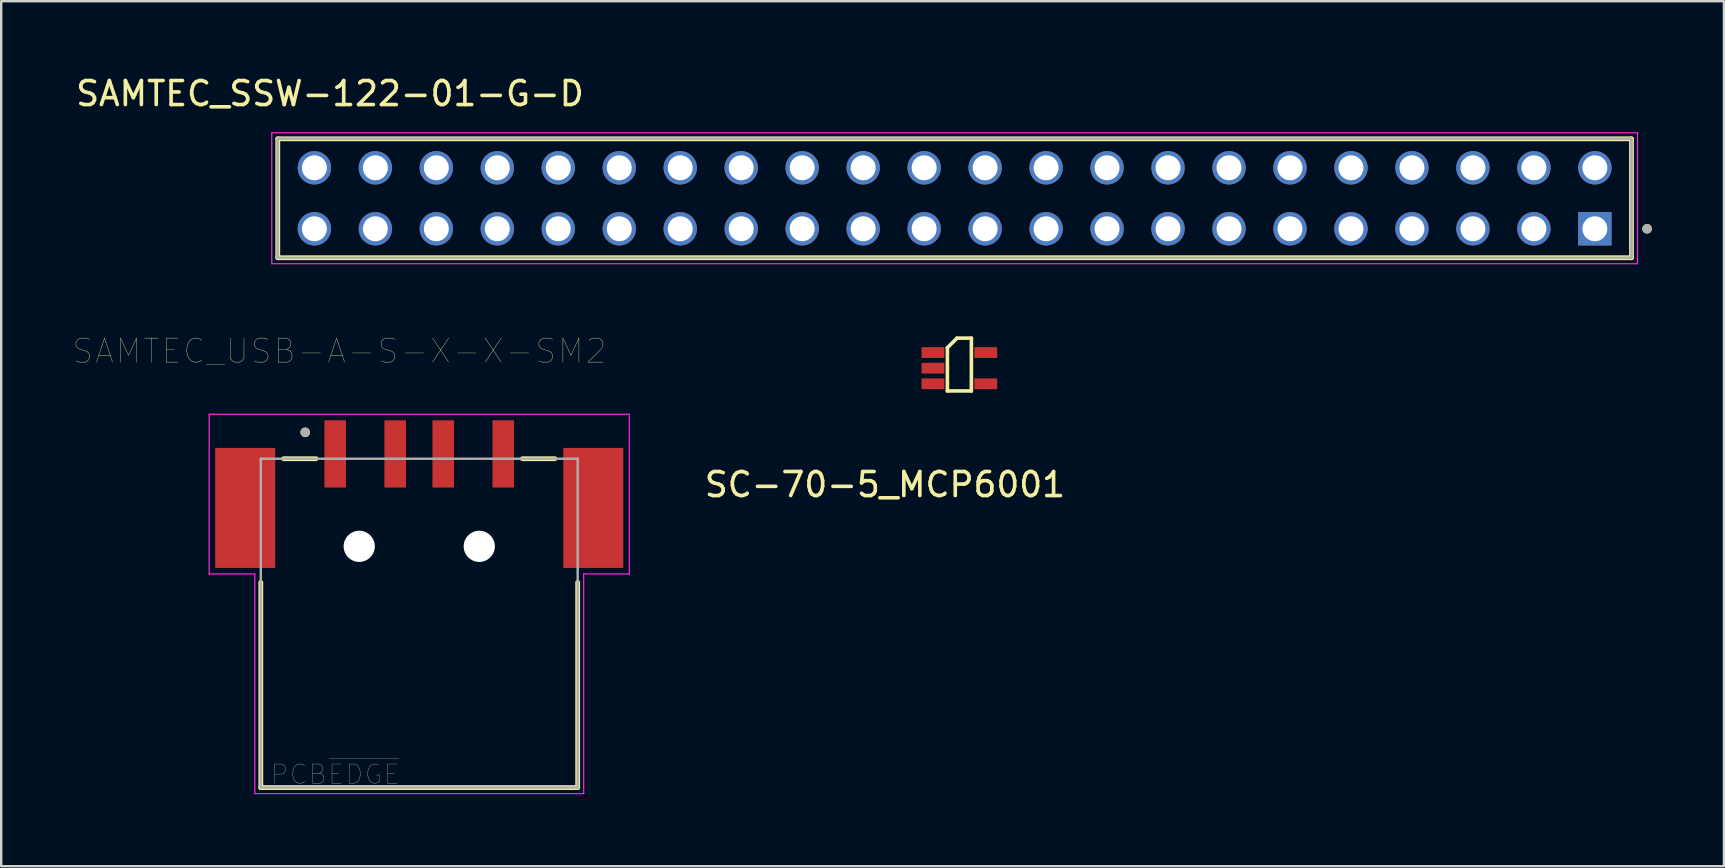
<source format=kicad_pcb>
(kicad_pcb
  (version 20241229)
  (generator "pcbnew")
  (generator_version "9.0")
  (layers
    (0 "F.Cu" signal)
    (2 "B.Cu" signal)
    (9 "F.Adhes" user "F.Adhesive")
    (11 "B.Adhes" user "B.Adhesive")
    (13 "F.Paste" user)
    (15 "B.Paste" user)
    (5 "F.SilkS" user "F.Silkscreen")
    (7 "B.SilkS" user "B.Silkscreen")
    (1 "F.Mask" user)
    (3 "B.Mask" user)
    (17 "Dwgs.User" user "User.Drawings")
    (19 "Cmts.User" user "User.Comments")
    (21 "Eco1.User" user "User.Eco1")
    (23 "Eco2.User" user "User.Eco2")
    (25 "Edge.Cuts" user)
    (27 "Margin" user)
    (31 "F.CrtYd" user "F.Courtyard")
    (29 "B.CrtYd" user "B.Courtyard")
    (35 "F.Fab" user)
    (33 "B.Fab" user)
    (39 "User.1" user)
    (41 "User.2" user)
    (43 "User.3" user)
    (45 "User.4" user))
  (footprint "SAMTEC_USB-A-S-X-X-SM2"
    (layer "F.Cu")
    (at 14.414 19.708)
    (property "Reference" "SAMTEC_USB-A-S-X-X-SM2" (at -3.325 -8.135 0) (layer "F.SilkS") (effects (font (size 1 1) (thickness 0.015))))
    (attr smd)
    (fp_line (start -6.6 10.05) (end -6.6 1.5) (stroke (width 0.2) (type solid)) (layer "F.SilkS"))
    (fp_line (start -5.65 -3.65) (end -4.3 -3.65) (stroke (width 0.2) (type solid)) (layer "F.SilkS"))
    (fp_line (start 4.3 -3.65) (end 5.65 -3.65) (stroke (width 0.2) (type solid)) (layer "F.SilkS"))
    (fp_line (start 6.6 1.5) (end 6.6 10.05) (stroke (width 0.2) (type solid)) (layer "F.SilkS"))
    (fp_line (start 6.6 10.05) (end -6.6 10.05) (stroke (width 0.2) (type solid)) (layer "F.SilkS"))
    (fp_circle (center -4.75 -4.75) (end -4.65 -4.75) (stroke (width 0.2) (type solid)) (fill no) (layer "F.SilkS"))
    (fp_line (start -8.75 -5.5) (end 8.75 -5.5) (stroke (width 0.05) (type solid)) (layer "F.CrtYd"))
    (fp_line (start -8.75 1.15) (end -8.75 -5.5) (stroke (width 0.05) (type solid)) (layer "F.CrtYd"))
    (fp_line (start -6.85 1.15) (end -8.75 1.15) (stroke (width 0.05) (type solid)) (layer "F.CrtYd"))
    (fp_line (start -6.85 10.3) (end -6.85 1.15) (stroke (width 0.05) (type solid)) (layer "F.CrtYd"))
    (fp_line (start 6.85 1.15) (end 6.85 10.3) (stroke (width 0.05) (type solid)) (layer "F.CrtYd"))
    (fp_line (start 6.85 10.3) (end -6.85 10.3) (stroke (width 0.05) (type solid)) (layer "F.CrtYd"))
    (fp_line (start 8.75 -5.5) (end 8.75 1.15) (stroke (width 0.05) (type solid)) (layer "F.CrtYd"))
    (fp_line (start 8.75 1.15) (end 6.85 1.15) (stroke (width 0.05) (type solid)) (layer "F.CrtYd"))
    (fp_line (start -6.6 -3.65) (end 6.6 -3.65) (stroke (width 0.1) (type solid)) (layer "F.Fab"))
    (fp_line (start -6.6 10.05) (end -6.6 -3.65) (stroke (width 0.1) (type solid)) (layer "F.Fab"))
    (fp_line (start 6.6 -3.65) (end 6.6 10.05) (stroke (width 0.1) (type solid)) (layer "F.Fab"))
    (fp_line (start 6.6 10.05) (end -6.6 10.05) (stroke (width 0.1) (type solid)) (layer "F.Fab"))
    (fp_circle (center -4.75 -4.75) (end -4.65 -4.75) (stroke (width 0.2) (type solid)) (fill no) (layer "F.Fab"))
    (fp_text user "PCB~{EDGE}" (at -3.5 9.5 0) (layer "F.Fab") (effects (font (size 0.8 0.8) (thickness 0.015))))
    (pad "" np_thru_hole circle (at -2.5 0) (size 1.3 1.3) (drill 1.3) (layers "*.Cu" "*.Mask"))
    (pad "" np_thru_hole circle (at 2.5 0) (size 1.3 1.3) (drill 1.3) (layers "*.Cu" "*.Mask"))
    (pad "01" smd rect (at -3.5 -3.85) (size 0.9 2.8) (layers "F.Cu" "F.Mask" "F.Paste"))
    (pad "02" smd rect (at -1 -3.85) (size 0.9 2.8) (layers "F.Cu" "F.Mask" "F.Paste"))
    (pad "03" smd rect (at 1 -3.85) (size 0.9 2.8) (layers "F.Cu" "F.Mask" "F.Paste"))
    (pad "04" smd rect (at 3.5 -3.85) (size 0.9 2.8) (layers "F.Cu" "F.Mask" "F.Paste"))
    (pad "S1" smd rect (at -7.25 -1.6) (size 2.5 5) (layers "F.Cu" "F.Mask" "F.Paste"))
    (pad "S2" smd rect (at 7.25 -1.6) (size 2.5 5) (layers "F.Cu" "F.Mask" "F.Paste")))
  (footprint "SAMTEC_SSW-122-01-G-D"
    (layer "F.Cu")
    (at 63.386 6.48)
    (property "Reference" "SAMTEC_SSW-122-01-G-D" (at -52.69 -5.631 0) (layer "F.SilkS") (effects (font (size 1 1) (thickness 0.15))))
    (attr through_hole)
    (fp_line (start -54.865 1.206) (end -54.865 -3.747) (stroke (width 0.2) (type solid)) (layer "F.SilkS"))
    (fp_line (start 1.525 -3.747) (end -54.865 -3.747) (stroke (width 0.2) (type solid)) (layer "F.SilkS"))
    (fp_line (start 1.525 -3.747) (end 1.525 1.206) (stroke (width 0.2) (type solid)) (layer "F.SilkS"))
    (fp_line (start 1.525 1.206) (end -54.865 1.206) (stroke (width 0.2) (type solid)) (layer "F.SilkS"))
    (fp_circle (center 2.175 0) (end 2.275 0) (stroke (width 0.2) (type solid)) (fill no) (layer "F.SilkS"))
    (fp_line (start -55.115 -3.997) (end 1.775 -3.997) (stroke (width 0.05) (type solid)) (layer "F.CrtYd"))
    (fp_line (start -55.115 1.456) (end -55.115 -3.997) (stroke (width 0.05) (type solid)) (layer "F.CrtYd"))
    (fp_line (start 1.775 -3.997) (end 1.775 1.456) (stroke (width 0.05) (type solid)) (layer "F.CrtYd"))
    (fp_line (start 1.775 1.456) (end -55.115 1.456) (stroke (width 0.05) (type solid)) (layer "F.CrtYd"))
    (fp_line (start -54.865 -3.747) (end 1.525 -3.747) (stroke (width 0.1) (type solid)) (layer "F.Fab"))
    (fp_line (start -54.865 -3.747) (end 1.525 -3.747) (stroke (width 0.1) (type solid)) (layer "F.Fab"))
    (fp_line (start -54.865 1.206) (end -54.865 -3.747) (stroke (width 0.1) (type solid)) (layer "F.Fab"))
    (fp_line (start -54.865 1.206) (end -54.865 -3.747) (stroke (width 0.1) (type solid)) (layer "F.Fab"))
    (fp_line (start 1.525 -3.747) (end 1.525 1.206) (stroke (width 0.1) (type solid)) (layer "F.Fab"))
    (fp_line (start 1.525 -3.747) (end 1.525 1.206) (stroke (width 0.1) (type solid)) (layer "F.Fab"))
    (fp_line (start 1.525 1.206) (end -54.865 1.206) (stroke (width 0.1) (type solid)) (layer "F.Fab"))
    (fp_circle (center 2.175 0) (end 2.275 0) (stroke (width 0.2) (type solid)) (fill no) (layer "F.Fab"))
    (pad "01" thru_hole rect (at 0 0) (size 1.39 1.39) (drill 1.04) (layers "*.Cu" "*.Mask"))
    (pad "02" thru_hole circle (at 0 -2.54) (size 1.39 1.39) (drill 1.04) (layers "*.Cu" "*.Mask"))
    (pad "03" thru_hole circle (at -2.54 0) (size 1.39 1.39) (drill 1.04) (layers "*.Cu" "*.Mask"))
    (pad "04" thru_hole circle (at -2.54 -2.54) (size 1.39 1.39) (drill 1.04) (layers "*.Cu" "*.Mask"))
    (pad "05" thru_hole circle (at -5.08 0) (size 1.39 1.39) (drill 1.04) (layers "*.Cu" "*.Mask"))
    (pad "06" thru_hole circle (at -5.08 -2.54) (size 1.39 1.39) (drill 1.04) (layers "*.Cu" "*.Mask"))
    (pad "07" thru_hole circle (at -7.62 0) (size 1.39 1.39) (drill 1.04) (layers "*.Cu" "*.Mask"))
    (pad "08" thru_hole circle (at -7.62 -2.54) (size 1.39 1.39) (drill 1.04) (layers "*.Cu" "*.Mask"))
    (pad "09" thru_hole circle (at -10.16 0) (size 1.39 1.39) (drill 1.04) (layers "*.Cu" "*.Mask"))
    (pad "10" thru_hole circle (at -10.16 -2.54) (size 1.39 1.39) (drill 1.04) (layers "*.Cu" "*.Mask"))
    (pad "11" thru_hole circle (at -12.7 0) (size 1.39 1.39) (drill 1.04) (layers "*.Cu" "*.Mask"))
    (pad "12" thru_hole circle (at -12.7 -2.54) (size 1.39 1.39) (drill 1.04) (layers "*.Cu" "*.Mask"))
    (pad "13" thru_hole circle (at -15.24 0) (size 1.39 1.39) (drill 1.04) (layers "*.Cu" "*.Mask"))
    (pad "14" thru_hole circle (at -15.24 -2.54) (size 1.39 1.39) (drill 1.04) (layers "*.Cu" "*.Mask"))
    (pad "15" thru_hole circle (at -17.78 0) (size 1.39 1.39) (drill 1.04) (layers "*.Cu" "*.Mask"))
    (pad "16" thru_hole circle (at -17.78 -2.54) (size 1.39 1.39) (drill 1.04) (layers "*.Cu" "*.Mask"))
    (pad "17" thru_hole circle (at -20.32 0) (size 1.39 1.39) (drill 1.04) (layers "*.Cu" "*.Mask"))
    (pad "18" thru_hole circle (at -20.32 -2.54) (size 1.39 1.39) (drill 1.04) (layers "*.Cu" "*.Mask"))
    (pad "19" thru_hole circle (at -22.86 0) (size 1.39 1.39) (drill 1.04) (layers "*.Cu" "*.Mask"))
    (pad "20" thru_hole circle (at -22.86 -2.54) (size 1.39 1.39) (drill 1.04) (layers "*.Cu" "*.Mask"))
    (pad "21" thru_hole circle (at -25.4 0) (size 1.39 1.39) (drill 1.04) (layers "*.Cu" "*.Mask"))
    (pad "22" thru_hole circle (at -25.4 -2.54) (size 1.39 1.39) (drill 1.04) (layers "*.Cu" "*.Mask"))
    (pad "23" thru_hole circle (at -27.94 0) (size 1.39 1.39) (drill 1.04) (layers "*.Cu" "*.Mask"))
    (pad "24" thru_hole circle (at -27.94 -2.54) (size 1.39 1.39) (drill 1.04) (layers "*.Cu" "*.Mask"))
    (pad "25" thru_hole circle (at -30.48 0) (size 1.39 1.39) (drill 1.04) (layers "*.Cu" "*.Mask"))
    (pad "26" thru_hole circle (at -30.48 -2.54) (size 1.39 1.39) (drill 1.04) (layers "*.Cu" "*.Mask"))
    (pad "27" thru_hole circle (at -33.02 0) (size 1.39 1.39) (drill 1.04) (layers "*.Cu" "*.Mask"))
    (pad "28" thru_hole circle (at -33.02 -2.54) (size 1.39 1.39) (drill 1.04) (layers "*.Cu" "*.Mask"))
    (pad "29" thru_hole circle (at -35.56 0) (size 1.39 1.39) (drill 1.04) (layers "*.Cu" "*.Mask"))
    (pad "30" thru_hole circle (at -35.56 -2.54) (size 1.39 1.39) (drill 1.04) (layers "*.Cu" "*.Mask"))
    (pad "31" thru_hole circle (at -38.1 0) (size 1.39 1.39) (drill 1.04) (layers "*.Cu" "*.Mask"))
    (pad "32" thru_hole circle (at -38.1 -2.54) (size 1.39 1.39) (drill 1.04) (layers "*.Cu" "*.Mask"))
    (pad "33" thru_hole circle (at -40.64 0) (size 1.39 1.39) (drill 1.04) (layers "*.Cu" "*.Mask"))
    (pad "34" thru_hole circle (at -40.64 -2.54) (size 1.39 1.39) (drill 1.04) (layers "*.Cu" "*.Mask"))
    (pad "35" thru_hole circle (at -43.18 0) (size 1.39 1.39) (drill 1.04) (layers "*.Cu" "*.Mask"))
    (pad "36" thru_hole circle (at -43.18 -2.54) (size 1.39 1.39) (drill 1.04) (layers "*.Cu" "*.Mask"))
    (pad "37" thru_hole circle (at -45.72 0) (size 1.39 1.39) (drill 1.04) (layers "*.Cu" "*.Mask"))
    (pad "38" thru_hole circle (at -45.72 -2.54) (size 1.39 1.39) (drill 1.04) (layers "*.Cu" "*.Mask"))
    (pad "39" thru_hole circle (at -48.26 0) (size 1.39 1.39) (drill 1.04) (layers "*.Cu" "*.Mask"))
    (pad "40" thru_hole circle (at -48.26 -2.54) (size 1.39 1.39) (drill 1.04) (layers "*.Cu" "*.Mask"))
    (pad "41" thru_hole circle (at -50.8 0) (size 1.39 1.39) (drill 1.04) (layers "*.Cu" "*.Mask"))
    (pad "42" thru_hole circle (at -50.8 -2.54) (size 1.39 1.39) (drill 1.04) (layers "*.Cu" "*.Mask"))
    (pad "43" thru_hole circle (at -53.34 0) (size 1.39 1.39) (drill 1.04) (layers "*.Cu" "*.Mask"))
    (pad "44" thru_hole circle (at -53.34 -2.54) (size 1.39 1.39) (drill 1.04) (layers "*.Cu" "*.Mask")))
  (footprint "SC-70-5_MCP6001"
    (layer "F.Cu")
    (at 33.814 16.636)
    (property "Reference" "SC-70-5_MCP6001" (at 0 0.5 0) (layer "F.SilkS") (effects (font (size 1 1) (thickness 0.15))))
    (attr through_hole)
    (fp_line (start 2.6 -5.2) (end 2.6 -3.4) (stroke (width 0.15) (type solid)) (layer "F.SilkS"))
    (fp_line (start 2.6 -3.4) (end 3.6 -3.4) (stroke (width 0.15) (type solid)) (layer "F.SilkS"))
    (fp_line (start 3 -5.6) (end 2.6 -5.2) (stroke (width 0.15) (type solid)) (layer "F.SilkS"))
    (fp_line (start 3.6 -5.6) (end 3 -5.6) (stroke (width 0.15) (type solid)) (layer "F.SilkS"))
    (fp_line (start 3.6 -3.4) (end 3.6 -5.6) (stroke (width 0.15) (type solid)) (layer "F.SilkS"))
    (pad "1" smd rect (at 2 -5) (size 0.95 0.45) (layers "F.Cu" "F.Mask" "F.Paste"))
    (pad "2" smd rect (at 2 -4.35) (size 0.95 0.45) (layers "F.Cu" "F.Mask" "F.Paste"))
    (pad "3" smd rect (at 2 -3.7) (size 0.95 0.45) (layers "F.Cu" "F.Mask" "F.Paste"))
    (pad "4" smd rect (at 4.2 -3.7) (size 0.95 0.45) (layers "F.Cu" "F.Mask" "F.Paste"))
    (pad "5" smd rect (at 4.2 -5) (size 0.95 0.45) (layers "F.Cu" "F.Mask" "F.Paste")))
  (gr_rect
    (start -3 -3)
    (end 68.761 33.033)
    (stroke (width 0.1) (type default))
    (fill no)
    (layer "Edge.Cuts")))
</source>
